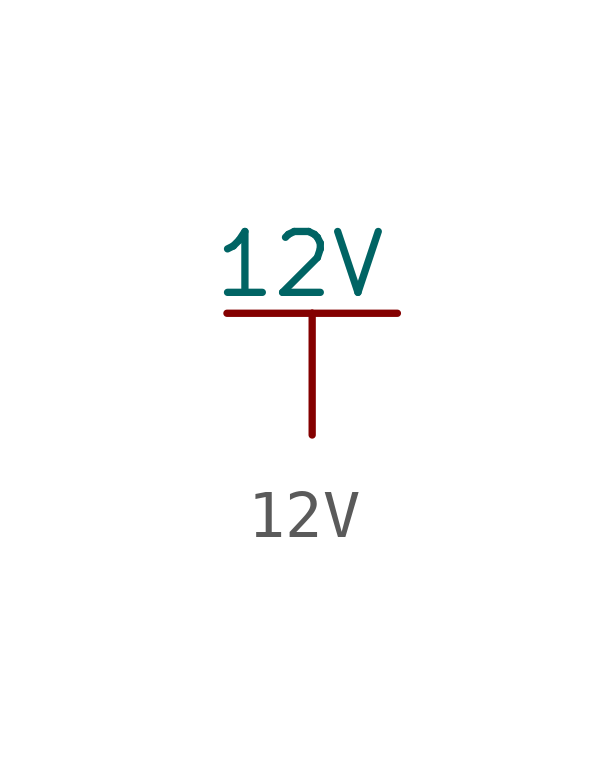
<source format=kicad_sym>
(kicad_symbol_lib
  (version 20231120)
  (generator "kicad_symbol_editor")
  (generator_version "8.0")
  (symbol "12V"
    (power)
    (pin_numbers hide)
    (pin_names
      (offset 0) hide)
    (property "Reference" "#PWR"
      (at 0 -3.81 0)
      (effects (font (size 1.27 1.27)) (hide yes)))
    (property "Value" "12V"
      (at -0.254 3.556 0)
      (effects (font (size 1.27 1.27))))
    (property "Footprint" ""
      (at 0 0 0)
      (effects (font (size 1.524 1.524))))
    (property "Datasheet" ""
      (at 0 0 0)
      (effects (font (size 1.524 1.524))))
    (symbol "12V_0_1"
      (polyline (pts (xy -1.778 2.54) (xy 0 2.54)) (stroke (width 0) (type default)) (fill (type none)))
      (polyline (pts (xy 0 0) (xy 0 2.54)) (stroke (width 0) (type default)) (fill (type none)))
      (polyline (pts (xy 0 2.54) (xy 1.778 2.54)) (stroke (width 0) (type default)) (fill (type none))))
    (symbol "12V_1_1"
      (pin power_in line (at 0 0 90) (length 0) hide (name "12V" (effects (font (size 1.27 1.27)))) (number "1" (effects (font (size 1.27 1.27))))))))
</source>
